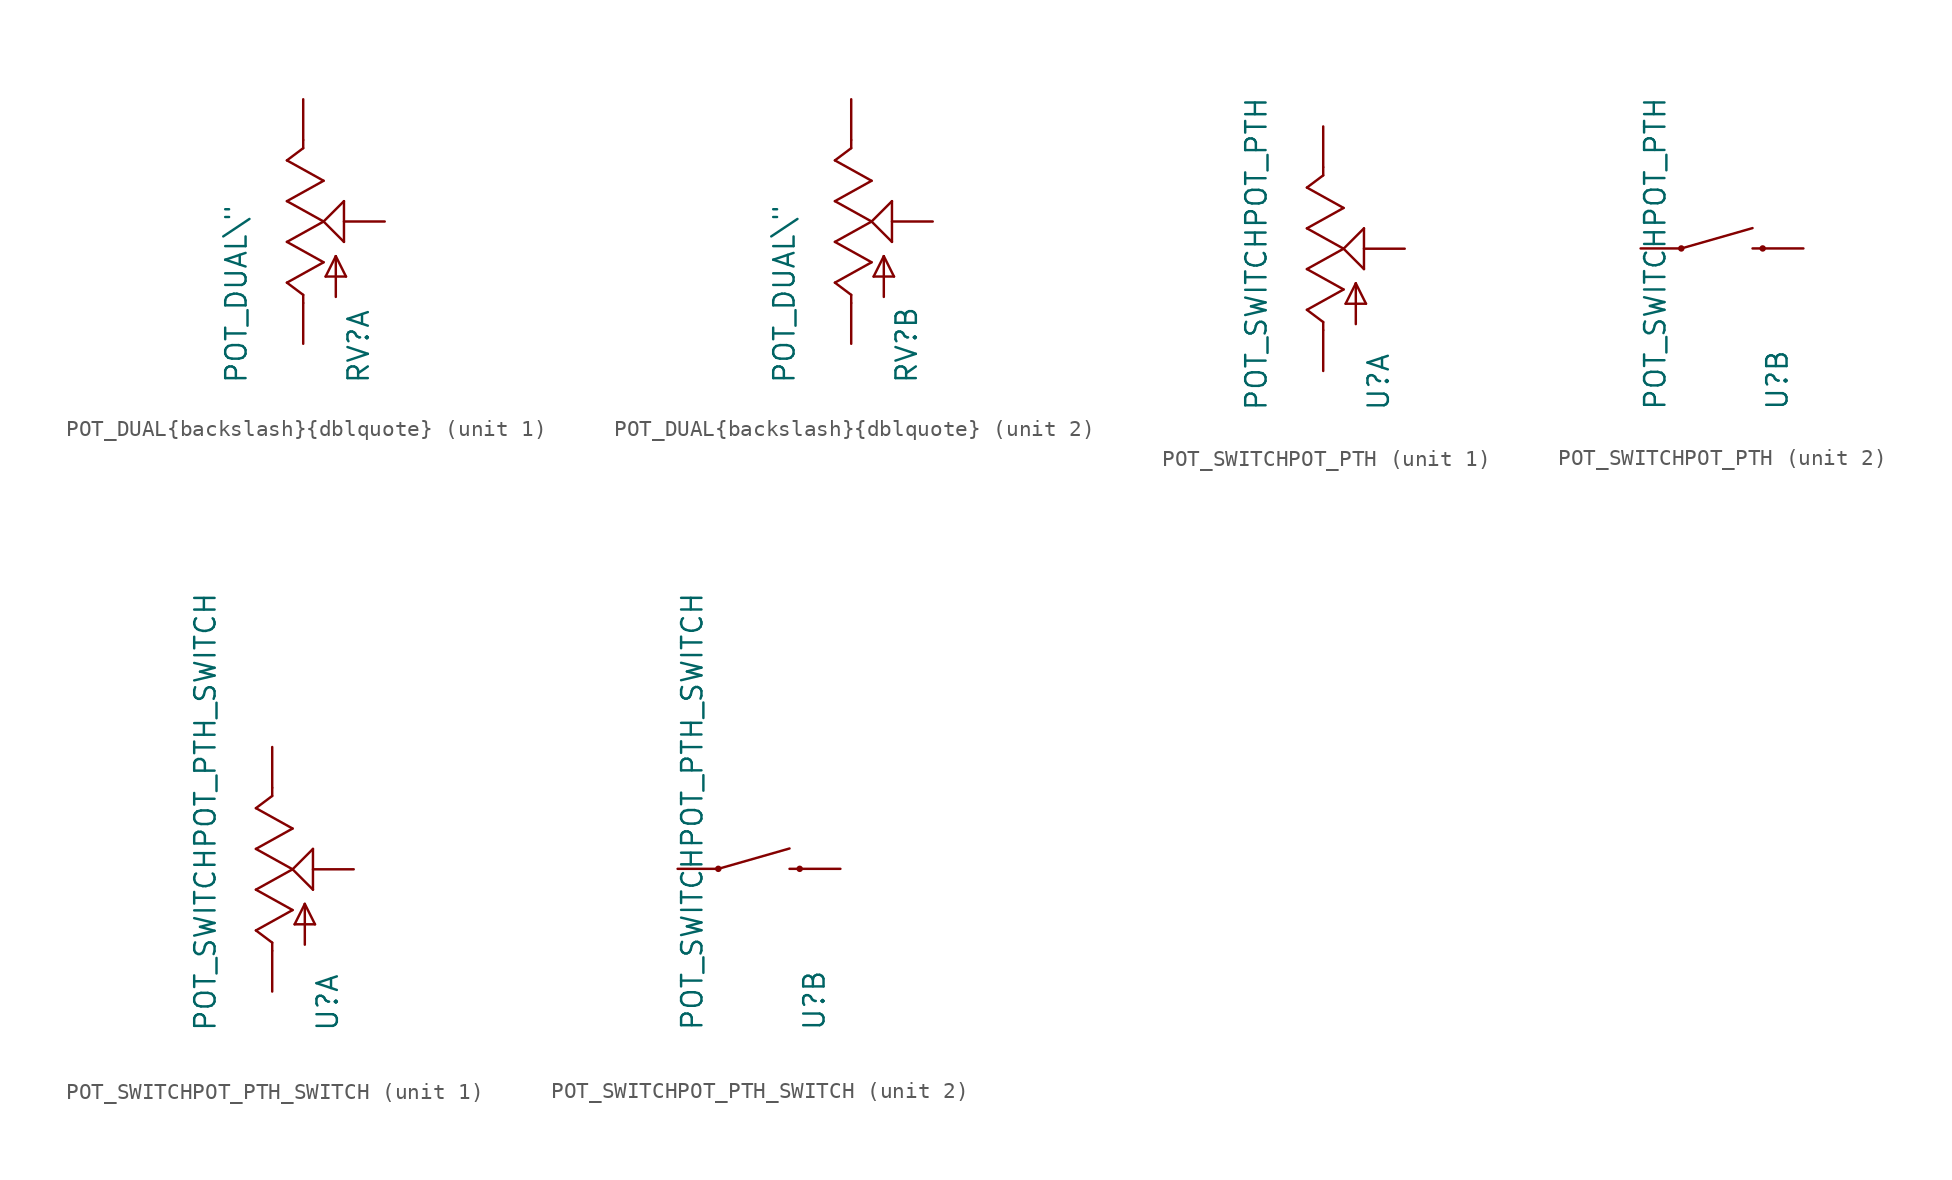
<source format=kicad_sym>
(kicad_symbol_lib
  (version 20211014)
  (generator kicad_symbol_editor)
  (symbol "POT_DUAL{backslash}{dblquote}"
    (pin_numbers hide)
    (pin_names
      (offset 1.016) hide)
    (property "Reference" "RV"
      (at 4.191 -10.16 90)
      (effects (font (size 1.27 1.27)) (justify left bottom)))
    (property "Value" "POT_DUAL{backslash}{dblquote}"
      (at -3.429 -10.16 90)
      (effects (font (size 1.27 1.27)) (justify left bottom)))
    (property "ki_locked" ""
      (at 0 0 0)
      (effects (font (size 1.27 1.27))))
    (symbol "POT_DUAL{backslash}{dblquote}_1_0"
      (polyline (pts (xy -1.016 -3.81) (xy 1.27 -2.54)) (stroke (width 0) (type default) (color 0 0 0 0)) (fill (type none)))
      (polyline (pts (xy -1.016 -1.27) (xy 1.27 0)) (stroke (width 0) (type default) (color 0 0 0 0)) (fill (type none)))
      (polyline (pts (xy -1.016 1.27) (xy 1.27 2.54)) (stroke (width 0) (type default) (color 0 0 0 0)) (fill (type none)))
      (polyline (pts (xy -1.016 3.81) (xy 0 4.572)) (stroke (width 0) (type default) (color 0 0 0 0)) (fill (type none)))
      (polyline (pts (xy 0 -5.08) (xy 0 -4.572)) (stroke (width 0) (type default) (color 0 0 0 0)) (fill (type none)))
      (polyline (pts (xy 0 -4.572) (xy -1.016 -3.81)) (stroke (width 0) (type default) (color 0 0 0 0)) (fill (type none)))
      (polyline (pts (xy 0 4.572) (xy 0 5.08)) (stroke (width 0) (type default) (color 0 0 0 0)) (fill (type none)))
      (polyline (pts (xy 1.27 -2.54) (xy -1.016 -1.27)) (stroke (width 0) (type default) (color 0 0 0 0)) (fill (type none)))
      (polyline (pts (xy 1.27 0) (xy -1.016 1.27)) (stroke (width 0) (type default) (color 0 0 0 0)) (fill (type none)))
      (polyline (pts (xy 1.27 0) (xy 2.54 1.27)) (stroke (width 0) (type default) (color 0 0 0 0)) (fill (type none)))
      (polyline (pts (xy 1.27 2.54) (xy -1.016 3.81)) (stroke (width 0) (type default) (color 0 0 0 0)) (fill (type none)))
      (polyline (pts (xy 1.397 -3.429) (xy 2.032 -2.159)) (stroke (width 0) (type default) (color 0 0 0 0)) (fill (type none)))
      (polyline (pts (xy 2.032 -4.699) (xy 2.032 -2.159)) (stroke (width 0) (type default) (color 0 0 0 0)) (fill (type none)))
      (polyline (pts (xy 2.032 -2.159) (xy 2.667 -3.429)) (stroke (width 0) (type default) (color 0 0 0 0)) (fill (type none)))
      (polyline (pts (xy 2.54 -1.27) (xy 1.27 0)) (stroke (width 0) (type default) (color 0 0 0 0)) (fill (type none)))
      (polyline (pts (xy 2.54 1.27) (xy 2.54 -1.27)) (stroke (width 0) (type default) (color 0 0 0 0)) (fill (type none)))
      (polyline (pts (xy 2.667 -3.429) (xy 1.397 -3.429)) (stroke (width 0) (type default) (color 0 0 0 0)) (fill (type none))))
    (symbol "POT_DUAL{backslash}{dblquote}_1_1"
      (pin passive line (at 0 7.62 270) (length 2.54) (name "E" (effects (font (size 1.016 1.016)))) (number "A1" (effects (font (size 1.016 1.016)))))
      (pin passive line (at 5.08 0 180) (length 2.54) (name "S" (effects (font (size 1.016 1.016)))) (number "A2" (effects (font (size 1.016 1.016)))))
      (pin passive line (at 0 -7.62 90) (length 2.54) (name "A" (effects (font (size 1.016 1.016)))) (number "A3" (effects (font (size 1.016 1.016))))))
    (symbol "POT_DUAL{backslash}{dblquote}_2_0"
      (polyline (pts (xy -1.016 -3.81) (xy 1.27 -2.54)) (stroke (width 0) (type default) (color 0 0 0 0)) (fill (type none)))
      (polyline (pts (xy -1.016 -1.27) (xy 1.27 0)) (stroke (width 0) (type default) (color 0 0 0 0)) (fill (type none)))
      (polyline (pts (xy -1.016 1.27) (xy 1.27 2.54)) (stroke (width 0) (type default) (color 0 0 0 0)) (fill (type none)))
      (polyline (pts (xy -1.016 3.81) (xy 0 4.572)) (stroke (width 0) (type default) (color 0 0 0 0)) (fill (type none)))
      (polyline (pts (xy 0 -5.08) (xy 0 -4.572)) (stroke (width 0) (type default) (color 0 0 0 0)) (fill (type none)))
      (polyline (pts (xy 0 -4.572) (xy -1.016 -3.81)) (stroke (width 0) (type default) (color 0 0 0 0)) (fill (type none)))
      (polyline (pts (xy 0 4.572) (xy 0 5.08)) (stroke (width 0) (type default) (color 0 0 0 0)) (fill (type none)))
      (polyline (pts (xy 1.27 -2.54) (xy -1.016 -1.27)) (stroke (width 0) (type default) (color 0 0 0 0)) (fill (type none)))
      (polyline (pts (xy 1.27 0) (xy -1.016 1.27)) (stroke (width 0) (type default) (color 0 0 0 0)) (fill (type none)))
      (polyline (pts (xy 1.27 0) (xy 2.54 1.27)) (stroke (width 0) (type default) (color 0 0 0 0)) (fill (type none)))
      (polyline (pts (xy 1.27 2.54) (xy -1.016 3.81)) (stroke (width 0) (type default) (color 0 0 0 0)) (fill (type none)))
      (polyline (pts (xy 1.397 -3.429) (xy 2.032 -2.159)) (stroke (width 0) (type default) (color 0 0 0 0)) (fill (type none)))
      (polyline (pts (xy 2.032 -4.699) (xy 2.032 -2.159)) (stroke (width 0) (type default) (color 0 0 0 0)) (fill (type none)))
      (polyline (pts (xy 2.032 -2.159) (xy 2.667 -3.429)) (stroke (width 0) (type default) (color 0 0 0 0)) (fill (type none)))
      (polyline (pts (xy 2.54 -1.27) (xy 1.27 0)) (stroke (width 0) (type default) (color 0 0 0 0)) (fill (type none)))
      (polyline (pts (xy 2.54 1.27) (xy 2.54 -1.27)) (stroke (width 0) (type default) (color 0 0 0 0)) (fill (type none)))
      (polyline (pts (xy 2.667 -3.429) (xy 1.397 -3.429)) (stroke (width 0) (type default) (color 0 0 0 0)) (fill (type none))))
    (symbol "POT_DUAL{backslash}{dblquote}_2_1"
      (pin passive line (at 0 7.62 270) (length 2.54) (name "E" (effects (font (size 1.016 1.016)))) (number "B1" (effects (font (size 1.016 1.016)))))
      (pin passive line (at 5.08 0 180) (length 2.54) (name "S" (effects (font (size 1.016 1.016)))) (number "B2" (effects (font (size 1.016 1.016)))))
      (pin passive line (at 0 -7.62 90) (length 2.54) (name "A" (effects (font (size 1.016 1.016)))) (number "B3" (effects (font (size 1.016 1.016)))))))
  (symbol "POT_SWITCHPOT_PTH"
    (pin_numbers hide)
    (pin_names
      (offset 1.016) hide)
    (property "Reference" "U"
      (at 4.191 -10.16 90)
      (effects (font (size 1.27 1.27)) (justify left bottom)))
    (property "Value" "POT_SWITCHPOT_PTH"
      (at -3.429 -10.16 90)
      (effects (font (size 1.27 1.27)) (justify left bottom)))
    (property "ki_locked" ""
      (at 0 0 0)
      (effects (font (size 1.27 1.27))))
    (symbol "POT_SWITCHPOT_PTH_1_0"
      (polyline (pts (xy -1.016 -3.81) (xy 1.27 -2.54)) (stroke (width 0) (type default) (color 0 0 0 0)) (fill (type none)))
      (polyline (pts (xy -1.016 -1.27) (xy 1.27 0)) (stroke (width 0) (type default) (color 0 0 0 0)) (fill (type none)))
      (polyline (pts (xy -1.016 1.27) (xy 1.27 2.54)) (stroke (width 0) (type default) (color 0 0 0 0)) (fill (type none)))
      (polyline (pts (xy -1.016 3.81) (xy 0 4.572)) (stroke (width 0) (type default) (color 0 0 0 0)) (fill (type none)))
      (polyline (pts (xy 0 -5.08) (xy 0 -4.572)) (stroke (width 0) (type default) (color 0 0 0 0)) (fill (type none)))
      (polyline (pts (xy 0 -4.572) (xy -1.016 -3.81)) (stroke (width 0) (type default) (color 0 0 0 0)) (fill (type none)))
      (polyline (pts (xy 0 4.572) (xy 0 5.08)) (stroke (width 0) (type default) (color 0 0 0 0)) (fill (type none)))
      (polyline (pts (xy 1.27 -2.54) (xy -1.016 -1.27)) (stroke (width 0) (type default) (color 0 0 0 0)) (fill (type none)))
      (polyline (pts (xy 1.27 0) (xy -1.016 1.27)) (stroke (width 0) (type default) (color 0 0 0 0)) (fill (type none)))
      (polyline (pts (xy 1.27 0) (xy 2.54 1.27)) (stroke (width 0) (type default) (color 0 0 0 0)) (fill (type none)))
      (polyline (pts (xy 1.27 2.54) (xy -1.016 3.81)) (stroke (width 0) (type default) (color 0 0 0 0)) (fill (type none)))
      (polyline (pts (xy 1.397 -3.429) (xy 2.032 -2.159)) (stroke (width 0) (type default) (color 0 0 0 0)) (fill (type none)))
      (polyline (pts (xy 2.032 -4.699) (xy 2.032 -2.159)) (stroke (width 0) (type default) (color 0 0 0 0)) (fill (type none)))
      (polyline (pts (xy 2.032 -2.159) (xy 2.667 -3.429)) (stroke (width 0) (type default) (color 0 0 0 0)) (fill (type none)))
      (polyline (pts (xy 2.54 -1.27) (xy 1.27 0)) (stroke (width 0) (type default) (color 0 0 0 0)) (fill (type none)))
      (polyline (pts (xy 2.54 1.27) (xy 2.54 -1.27)) (stroke (width 0) (type default) (color 0 0 0 0)) (fill (type none)))
      (polyline (pts (xy 2.667 -3.429) (xy 1.397 -3.429)) (stroke (width 0) (type default) (color 0 0 0 0)) (fill (type none))))
    (symbol "POT_SWITCHPOT_PTH_1_1"
      (pin passive line (at 0 -7.62 90) (length 2.54) (name "A" (effects (font (size 1.016 1.016)))) (number "E@1" (effects (font (size 1.016 1.016)))))
      (pin passive line (at 0 7.62 270) (length 2.54) (name "E" (effects (font (size 1.016 1.016)))) (number "E@2" (effects (font (size 1.016 1.016)))))
      (pin passive line (at 5.08 0 180) (length 2.54) (name "S" (effects (font (size 1.016 1.016)))) (number "WAND" (effects (font (size 1.016 1.016))))))
    (symbol "POT_SWITCHPOT_PTH_2_0"
      (polyline (pts (xy -2.54 0) (xy 1.905 1.27)) (stroke (width 0) (type default) (color 0 0 0 0)) (fill (type none)))
      (polyline (pts (xy 1.905 0) (xy 2.54 0)) (stroke (width 0) (type default) (color 0 0 0 0)) (fill (type none))))
    (symbol "POT_SWITCHPOT_PTH_2_1"
      (circle (center -2.54 0) (radius 0.127) (stroke (width 0) (type default) (color 0 0 0 0)) (fill (type outline)))
      (circle (center 2.54 0) (radius 0.127) (stroke (width 0) (type default) (color 0 0 0 0)) (fill (type outline)))
      (pin passive line (at -5.08 0 0) (length 2.54) (name "1" (effects (font (size 1.016 1.016)))) (number "S1" (effects (font (size 1.016 1.016)))))
      (pin passive line (at 5.08 0 180) (length 2.54) (name "2" (effects (font (size 1.016 1.016)))) (number "S2" (effects (font (size 1.016 1.016)))))))
  (symbol "POT_SWITCHPOT_PTH_SWITCH"
    (pin_numbers hide)
    (pin_names
      (offset 1.016) hide)
    (property "Reference" "U"
      (at 4.191 -10.16 90)
      (effects (font (size 1.27 1.27)) (justify left bottom)))
    (property "Value" "POT_SWITCHPOT_PTH_SWITCH"
      (at -3.429 -10.16 90)
      (effects (font (size 1.27 1.27)) (justify left bottom)))
    (property "ki_locked" ""
      (at 0 0 0)
      (effects (font (size 1.27 1.27))))
    (symbol "POT_SWITCHPOT_PTH_SWITCH_1_0"
      (polyline (pts (xy -1.016 -3.81) (xy 1.27 -2.54)) (stroke (width 0) (type default) (color 0 0 0 0)) (fill (type none)))
      (polyline (pts (xy -1.016 -1.27) (xy 1.27 0)) (stroke (width 0) (type default) (color 0 0 0 0)) (fill (type none)))
      (polyline (pts (xy -1.016 1.27) (xy 1.27 2.54)) (stroke (width 0) (type default) (color 0 0 0 0)) (fill (type none)))
      (polyline (pts (xy -1.016 3.81) (xy 0 4.572)) (stroke (width 0) (type default) (color 0 0 0 0)) (fill (type none)))
      (polyline (pts (xy 0 -5.08) (xy 0 -4.572)) (stroke (width 0) (type default) (color 0 0 0 0)) (fill (type none)))
      (polyline (pts (xy 0 -4.572) (xy -1.016 -3.81)) (stroke (width 0) (type default) (color 0 0 0 0)) (fill (type none)))
      (polyline (pts (xy 0 4.572) (xy 0 5.08)) (stroke (width 0) (type default) (color 0 0 0 0)) (fill (type none)))
      (polyline (pts (xy 1.27 -2.54) (xy -1.016 -1.27)) (stroke (width 0) (type default) (color 0 0 0 0)) (fill (type none)))
      (polyline (pts (xy 1.27 0) (xy -1.016 1.27)) (stroke (width 0) (type default) (color 0 0 0 0)) (fill (type none)))
      (polyline (pts (xy 1.27 0) (xy 2.54 1.27)) (stroke (width 0) (type default) (color 0 0 0 0)) (fill (type none)))
      (polyline (pts (xy 1.27 2.54) (xy -1.016 3.81)) (stroke (width 0) (type default) (color 0 0 0 0)) (fill (type none)))
      (polyline (pts (xy 1.397 -3.429) (xy 2.032 -2.159)) (stroke (width 0) (type default) (color 0 0 0 0)) (fill (type none)))
      (polyline (pts (xy 2.032 -4.699) (xy 2.032 -2.159)) (stroke (width 0) (type default) (color 0 0 0 0)) (fill (type none)))
      (polyline (pts (xy 2.032 -2.159) (xy 2.667 -3.429)) (stroke (width 0) (type default) (color 0 0 0 0)) (fill (type none)))
      (polyline (pts (xy 2.54 -1.27) (xy 1.27 0)) (stroke (width 0) (type default) (color 0 0 0 0)) (fill (type none)))
      (polyline (pts (xy 2.54 1.27) (xy 2.54 -1.27)) (stroke (width 0) (type default) (color 0 0 0 0)) (fill (type none)))
      (polyline (pts (xy 2.667 -3.429) (xy 1.397 -3.429)) (stroke (width 0) (type default) (color 0 0 0 0)) (fill (type none))))
    (symbol "POT_SWITCHPOT_PTH_SWITCH_1_1"
      (pin passive line (at 0 -7.62 90) (length 2.54) (name "A" (effects (font (size 1.016 1.016)))) (number "1" (effects (font (size 1.016 1.016)))))
      (pin passive line (at 5.08 0 180) (length 2.54) (name "S" (effects (font (size 1.016 1.016)))) (number "2" (effects (font (size 1.016 1.016)))))
      (pin passive line (at 0 7.62 270) (length 2.54) (name "E" (effects (font (size 1.016 1.016)))) (number "3" (effects (font (size 1.016 1.016))))))
    (symbol "POT_SWITCHPOT_PTH_SWITCH_2_0"
      (polyline (pts (xy -2.54 0) (xy 1.905 1.27)) (stroke (width 0) (type default) (color 0 0 0 0)) (fill (type none)))
      (polyline (pts (xy 1.905 0) (xy 2.54 0)) (stroke (width 0) (type default) (color 0 0 0 0)) (fill (type none))))
    (symbol "POT_SWITCHPOT_PTH_SWITCH_2_1"
      (circle (center -2.54 0) (radius 0.127) (stroke (width 0) (type default) (color 0 0 0 0)) (fill (type outline)))
      (circle (center 2.54 0) (radius 0.127) (stroke (width 0) (type default) (color 0 0 0 0)) (fill (type outline)))
      (pin passive line (at -5.08 0 0) (length 2.54) (name "1" (effects (font (size 1.016 1.016)))) (number "S1" (effects (font (size 1.016 1.016)))))
      (pin passive line (at 5.08 0 180) (length 2.54) (name "2" (effects (font (size 1.016 1.016)))) (number "S2" (effects (font (size 1.016 1.016))))))))
</source>
